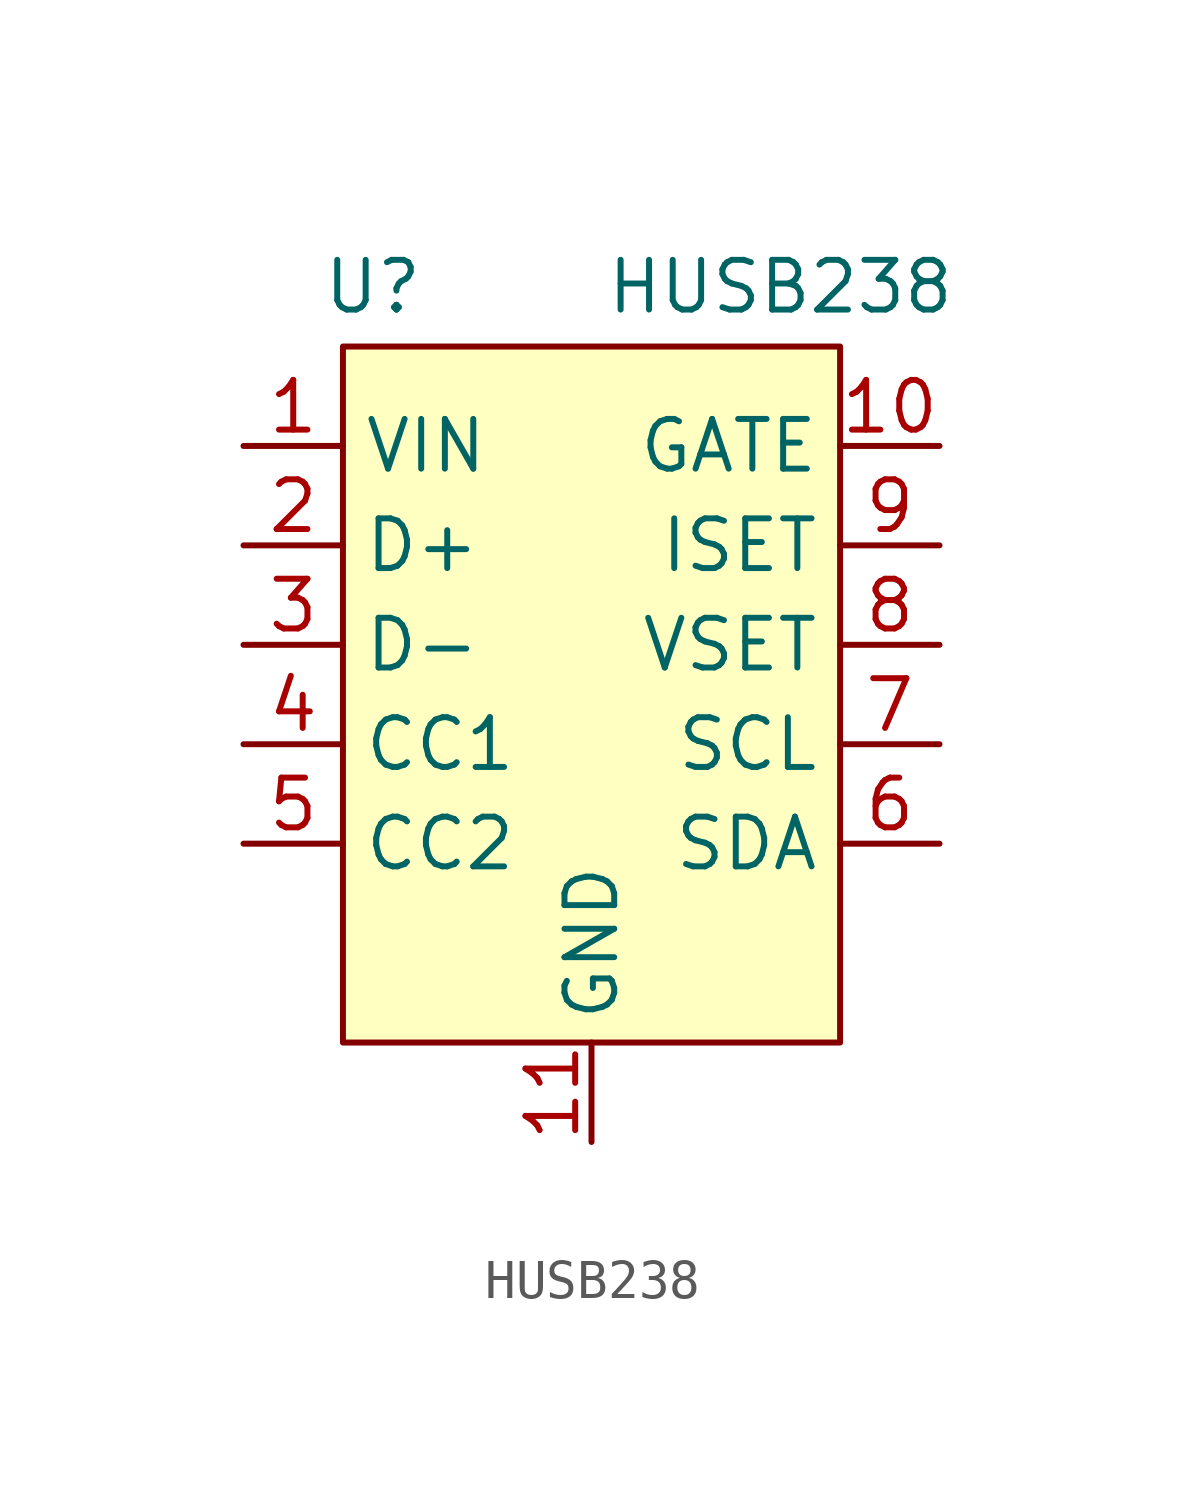
<source format=kicad_sym>
(kicad_symbol_lib
  (version 20231120)
  (generator "kicad_symbol_editor")
  (generator_version "8.0")
  (symbol "HUSB238"
    (property "Reference" "U"
      (at -5.588 9.144 0)
      (effects (font (size 1.27 1.27))))
    (property "Value" "HUSB238"
      (at 4.826 9.144 0)
      (effects (font (size 1.27 1.27))))
    (symbol "HUSB238_1_1"
      (rectangle (start -6.35 7.62) (end 6.35 -10.16) (stroke (width 0) (type default)) (fill (type background)))
      (pin power_in line (at -8.89 5.08 0) (length 2.54) (name "VIN" (effects (font (size 1.27 1.27)))) (number "1" (effects (font (size 1.27 1.27)))))
      (pin open_collector line (at 8.89 5.08 180) (length 2.54) (name "GATE" (effects (font (size 1.27 1.27)))) (number "10" (effects (font (size 1.27 1.27)))))
      (pin power_in line (at 0 -12.7 90) (length 2.54) (name "GND" (effects (font (size 1.27 1.27)))) (number "11" (effects (font (size 1.27 1.27)))))
      (pin bidirectional line (at -8.89 2.54 0) (length 2.54) (name "D+" (effects (font (size 1.27 1.27)))) (number "2" (effects (font (size 1.27 1.27)))))
      (pin bidirectional line (at -8.89 0 0) (length 2.54) (name "D-" (effects (font (size 1.27 1.27)))) (number "3" (effects (font (size 1.27 1.27)))))
      (pin bidirectional line (at -8.89 -2.54 0) (length 2.54) (name "CC1" (effects (font (size 1.27 1.27)))) (number "4" (effects (font (size 1.27 1.27)))))
      (pin bidirectional line (at -8.89 -5.08 0) (length 2.54) (name "CC2" (effects (font (size 1.27 1.27)))) (number "5" (effects (font (size 1.27 1.27)))))
      (pin open_collector line (at 8.89 -5.08 180) (length 2.54) (name "SDA" (effects (font (size 1.27 1.27)))) (number "6" (effects (font (size 1.27 1.27)))))
      (pin open_collector line (at 8.89 -2.54 180) (length 2.54) (name "SCL" (effects (font (size 1.27 1.27)))) (number "7" (effects (font (size 1.27 1.27)))))
      (pin passive line (at 8.89 0 180) (length 2.54) (name "VSET" (effects (font (size 1.27 1.27)))) (number "8" (effects (font (size 1.27 1.27)))))
      (pin passive line (at 8.89 2.54 180) (length 2.54) (name "ISET" (effects (font (size 1.27 1.27)))) (number "9" (effects (font (size 1.27 1.27))))))))
</source>
